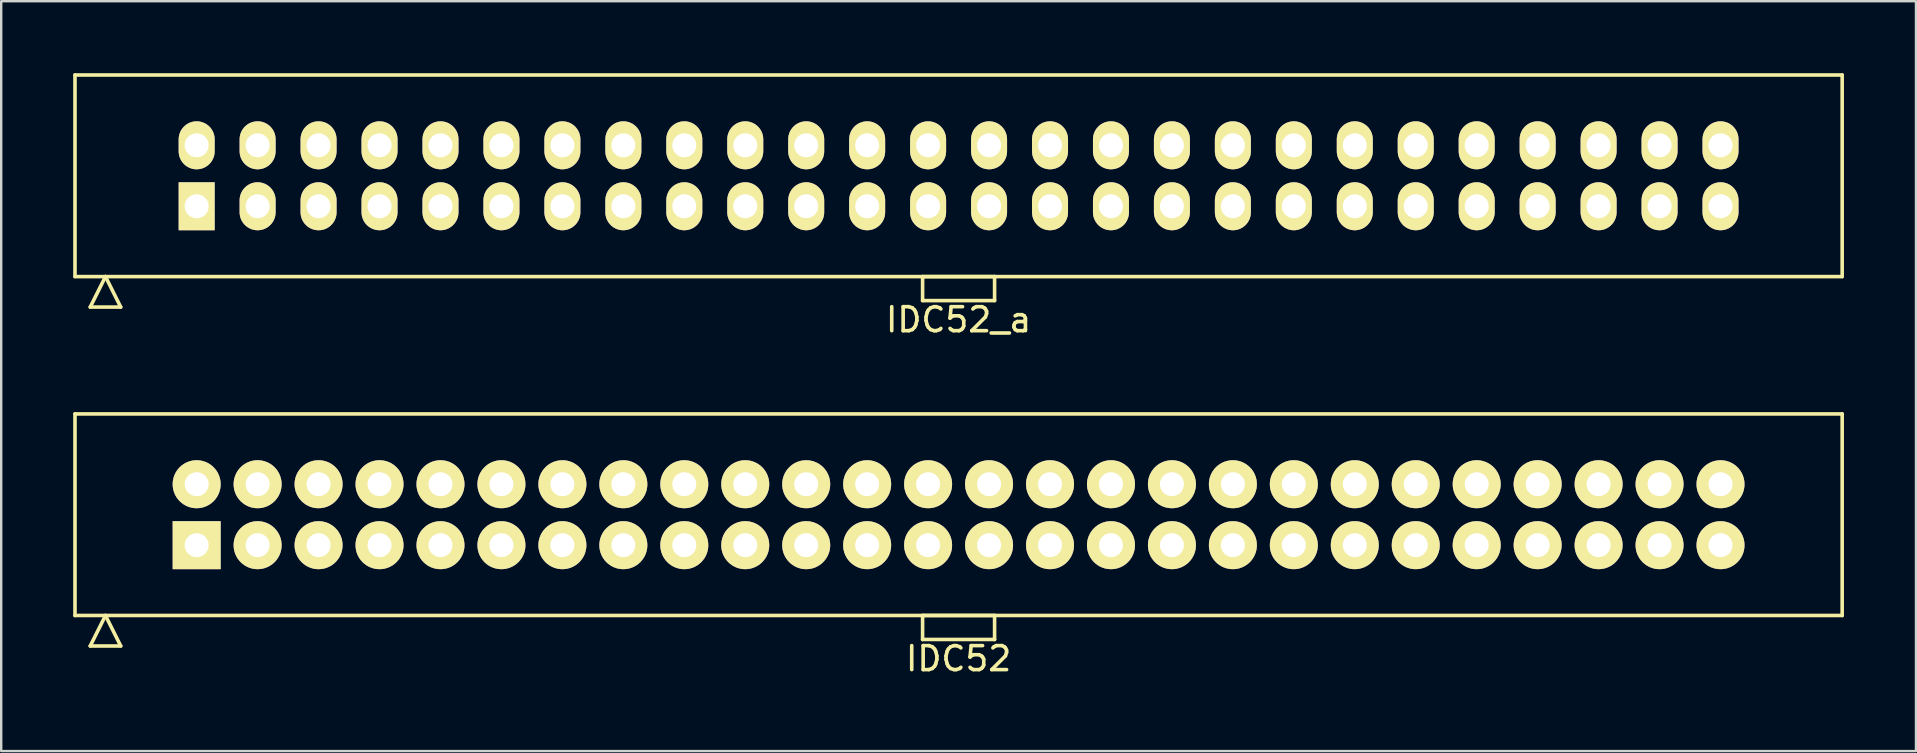
<source format=kicad_pcb>
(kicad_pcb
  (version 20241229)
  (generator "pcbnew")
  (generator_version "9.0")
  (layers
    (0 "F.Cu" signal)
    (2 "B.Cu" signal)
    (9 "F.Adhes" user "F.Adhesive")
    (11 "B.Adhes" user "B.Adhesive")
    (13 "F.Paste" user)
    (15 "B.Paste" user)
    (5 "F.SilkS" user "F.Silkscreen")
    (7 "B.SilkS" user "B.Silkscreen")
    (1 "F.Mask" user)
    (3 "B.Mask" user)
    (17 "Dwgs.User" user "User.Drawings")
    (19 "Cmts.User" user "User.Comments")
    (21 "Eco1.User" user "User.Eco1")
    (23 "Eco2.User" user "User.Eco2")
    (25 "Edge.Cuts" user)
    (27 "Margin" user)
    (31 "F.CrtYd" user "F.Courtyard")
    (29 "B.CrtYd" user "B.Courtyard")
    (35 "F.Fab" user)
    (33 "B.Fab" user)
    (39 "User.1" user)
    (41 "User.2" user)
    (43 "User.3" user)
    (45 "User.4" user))
  (footprint "IDC52"
    (layer "F.Cu")
    (at 36.895 18.398)
    (property "Reference" "IDC52" (at 0 6 0) (layer "F.SilkS") (effects (font (size 1 1) (thickness 0.15))))
    (attr through_hole)
    (fp_line (start -36.82 -4.2) (end -36.82 4.2) (stroke (width 0.15) (type solid)) (layer "F.SilkS"))
    (fp_line (start -36.82 4.2) (end 36.82 4.2) (stroke (width 0.15) (type solid)) (layer "F.SilkS"))
    (fp_line (start -36.185 5.47) (end -35.55 4.2) (stroke (width 0.15) (type solid)) (layer "F.SilkS"))
    (fp_line (start -36.185 5.47) (end -34.915 5.47) (stroke (width 0.15) (type solid)) (layer "F.SilkS"))
    (fp_line (start -34.915 5.47) (end -35.55 4.2) (stroke (width 0.15) (type solid)) (layer "F.SilkS"))
    (fp_line (start -1.5 4.2) (end -1.5 5.2) (stroke (width 0.15) (type solid)) (layer "F.SilkS"))
    (fp_line (start -1.5 5.2) (end 1.5 5.2) (stroke (width 0.15) (type solid)) (layer "F.SilkS"))
    (fp_line (start 1.5 4.2) (end -1.5 4.2) (stroke (width 0.15) (type solid)) (layer "F.SilkS"))
    (fp_line (start 1.5 5.2) (end 1.5 4.2) (stroke (width 0.15) (type solid)) (layer "F.SilkS"))
    (fp_line (start 36.82 -4.2) (end -36.82 -4.2) (stroke (width 0.15) (type solid)) (layer "F.SilkS"))
    (fp_line (start 36.82 4.2) (end 36.82 -4.2) (stroke (width 0.15) (type solid)) (layer "F.SilkS"))
    (pad "1" thru_hole rect (at -31.75 1.27) (size 2 2) (drill 1) (layers "*.Cu" "*.Mask" "F.SilkS"))
    (pad "2" thru_hole oval (at -31.75 -1.27) (size 2 2) (drill 1) (layers "*.Cu" "*.Mask" "F.SilkS"))
    (pad "3" thru_hole oval (at -29.21 1.27) (size 2 2) (drill 1) (layers "*.Cu" "*.Mask" "F.SilkS"))
    (pad "4" thru_hole oval (at -29.21 -1.27) (size 2 2) (drill 1) (layers "*.Cu" "*.Mask" "F.SilkS"))
    (pad "5" thru_hole oval (at -26.67 1.27) (size 2 2) (drill 1) (layers "*.Cu" "*.Mask" "F.SilkS"))
    (pad "6" thru_hole oval (at -26.67 -1.27) (size 2 2) (drill 1) (layers "*.Cu" "*.Mask" "F.SilkS"))
    (pad "7" thru_hole oval (at -24.13 1.27) (size 2 2) (drill 1) (layers "*.Cu" "*.Mask" "F.SilkS"))
    (pad "8" thru_hole oval (at -24.13 -1.27) (size 2 2) (drill 1) (layers "*.Cu" "*.Mask" "F.SilkS"))
    (pad "9" thru_hole oval (at -21.59 1.27) (size 2 2) (drill 1) (layers "*.Cu" "*.Mask" "F.SilkS"))
    (pad "10" thru_hole oval (at -21.59 -1.27) (size 2 2) (drill 1) (layers "*.Cu" "*.Mask" "F.SilkS"))
    (pad "11" thru_hole oval (at -19.05 1.27) (size 2 2) (drill 1) (layers "*.Cu" "*.Mask" "F.SilkS"))
    (pad "12" thru_hole oval (at -19.05 -1.27) (size 2 2) (drill 1) (layers "*.Cu" "*.Mask" "F.SilkS"))
    (pad "13" thru_hole oval (at -16.51 1.27) (size 2 2) (drill 1) (layers "*.Cu" "*.Mask" "F.SilkS"))
    (pad "14" thru_hole oval (at -16.51 -1.27) (size 2 2) (drill 1) (layers "*.Cu" "*.Mask" "F.SilkS"))
    (pad "15" thru_hole oval (at -13.97 1.27) (size 2 2) (drill 1) (layers "*.Cu" "*.Mask" "F.SilkS"))
    (pad "16" thru_hole oval (at -13.97 -1.27) (size 2 2) (drill 1) (layers "*.Cu" "*.Mask" "F.SilkS"))
    (pad "17" thru_hole oval (at -11.43 1.27) (size 2 2) (drill 1) (layers "*.Cu" "*.Mask" "F.SilkS"))
    (pad "18" thru_hole oval (at -11.43 -1.27) (size 2 2) (drill 1) (layers "*.Cu" "*.Mask" "F.SilkS"))
    (pad "19" thru_hole oval (at -8.89 1.27) (size 2 2) (drill 1) (layers "*.Cu" "*.Mask" "F.SilkS"))
    (pad "20" thru_hole oval (at -8.89 -1.27) (size 2 2) (drill 1) (layers "*.Cu" "*.Mask" "F.SilkS"))
    (pad "21" thru_hole oval (at -6.35 1.27) (size 2 2) (drill 1) (layers "*.Cu" "*.Mask" "F.SilkS"))
    (pad "22" thru_hole oval (at -6.35 -1.27) (size 2 2) (drill 1) (layers "*.Cu" "*.Mask" "F.SilkS"))
    (pad "23" thru_hole oval (at -3.81 1.27) (size 2 2) (drill 1) (layers "*.Cu" "*.Mask" "F.SilkS"))
    (pad "24" thru_hole oval (at -3.81 -1.27) (size 2 2) (drill 1) (layers "*.Cu" "*.Mask" "F.SilkS"))
    (pad "25" thru_hole oval (at -1.27 1.27) (size 2 2) (drill 1) (layers "*.Cu" "*.Mask" "F.SilkS"))
    (pad "26" thru_hole oval (at -1.27 -1.27) (size 2 2) (drill 1) (layers "*.Cu" "*.Mask" "F.SilkS"))
    (pad "27" thru_hole oval (at 1.27 1.27) (size 2 2) (drill 1) (layers "*.Cu" "*.Mask" "F.SilkS"))
    (pad "28" thru_hole oval (at 1.27 -1.27) (size 2 2) (drill 1) (layers "*.Cu" "*.Mask" "F.SilkS"))
    (pad "29" thru_hole oval (at 3.81 1.27) (size 2 2) (drill 1) (layers "*.Cu" "*.Mask" "F.SilkS"))
    (pad "30" thru_hole oval (at 3.81 -1.27) (size 2 2) (drill 1) (layers "*.Cu" "*.Mask" "F.SilkS"))
    (pad "31" thru_hole oval (at 6.35 1.27) (size 2 2) (drill 1) (layers "*.Cu" "*.Mask" "F.SilkS"))
    (pad "32" thru_hole oval (at 6.35 -1.27) (size 2 2) (drill 1) (layers "*.Cu" "*.Mask" "F.SilkS"))
    (pad "33" thru_hole oval (at 8.89 1.27) (size 2 2) (drill 1) (layers "*.Cu" "*.Mask" "F.SilkS"))
    (pad "34" thru_hole oval (at 8.89 -1.27) (size 2 2) (drill 1) (layers "*.Cu" "*.Mask" "F.SilkS"))
    (pad "35" thru_hole oval (at 11.43 1.27) (size 2 2) (drill 1) (layers "*.Cu" "*.Mask" "F.SilkS"))
    (pad "36" thru_hole oval (at 11.43 -1.27) (size 2 2) (drill 1) (layers "*.Cu" "*.Mask" "F.SilkS"))
    (pad "37" thru_hole oval (at 13.97 1.27) (size 2 2) (drill 1) (layers "*.Cu" "*.Mask" "F.SilkS"))
    (pad "38" thru_hole oval (at 13.97 -1.27) (size 2 2) (drill 1) (layers "*.Cu" "*.Mask" "F.SilkS"))
    (pad "39" thru_hole oval (at 16.51 1.27) (size 2 2) (drill 1) (layers "*.Cu" "*.Mask" "F.SilkS"))
    (pad "40" thru_hole oval (at 16.51 -1.27) (size 2 2) (drill 1) (layers "*.Cu" "*.Mask" "F.SilkS"))
    (pad "41" thru_hole oval (at 19.05 1.27) (size 2 2) (drill 1) (layers "*.Cu" "*.Mask" "F.SilkS"))
    (pad "42" thru_hole oval (at 19.05 -1.27) (size 2 2) (drill 1) (layers "*.Cu" "*.Mask" "F.SilkS"))
    (pad "43" thru_hole oval (at 21.59 1.27) (size 2 2) (drill 1) (layers "*.Cu" "*.Mask" "F.SilkS"))
    (pad "44" thru_hole oval (at 21.59 -1.27) (size 2 2) (drill 1) (layers "*.Cu" "*.Mask" "F.SilkS"))
    (pad "45" thru_hole oval (at 24.13 1.27) (size 2 2) (drill 1) (layers "*.Cu" "*.Mask" "F.SilkS"))
    (pad "46" thru_hole oval (at 24.13 -1.27) (size 2 2) (drill 1) (layers "*.Cu" "*.Mask" "F.SilkS"))
    (pad "47" thru_hole oval (at 26.67 1.27) (size 2 2) (drill 1) (layers "*.Cu" "*.Mask" "F.SilkS"))
    (pad "48" thru_hole oval (at 26.67 -1.27) (size 2 2) (drill 1) (layers "*.Cu" "*.Mask" "F.SilkS"))
    (pad "49" thru_hole oval (at 29.21 1.27) (size 2 2) (drill 1) (layers "*.Cu" "*.Mask" "F.SilkS"))
    (pad "50" thru_hole oval (at 29.21 -1.27) (size 2 2) (drill 1) (layers "*.Cu" "*.Mask" "F.SilkS"))
    (pad "51" thru_hole oval (at 31.75 1.27) (size 2 2) (drill 1) (layers "*.Cu" "*.Mask" "F.SilkS"))
    (pad "52" thru_hole oval (at 31.75 -1.27) (size 2 2) (drill 1) (layers "*.Cu" "*.Mask" "F.SilkS")))
  (footprint "IDC52_a"
    (layer "F.Cu")
    (at 36.895 4.275)
    (property "Reference" "IDC52_a" (at 0 6 0) (layer "F.SilkS") (effects (font (size 1 1) (thickness 0.15))))
    (attr through_hole)
    (fp_line (start -36.82 -4.2) (end -36.82 4.2) (stroke (width 0.15) (type solid)) (layer "F.SilkS"))
    (fp_line (start -36.82 4.2) (end 36.82 4.2) (stroke (width 0.15) (type solid)) (layer "F.SilkS"))
    (fp_line (start -36.185 5.47) (end -35.55 4.2) (stroke (width 0.15) (type solid)) (layer "F.SilkS"))
    (fp_line (start -36.185 5.47) (end -34.915 5.47) (stroke (width 0.15) (type solid)) (layer "F.SilkS"))
    (fp_line (start -34.915 5.47) (end -35.55 4.2) (stroke (width 0.15) (type solid)) (layer "F.SilkS"))
    (fp_line (start -1.5 4.2) (end -1.5 5.2) (stroke (width 0.15) (type solid)) (layer "F.SilkS"))
    (fp_line (start -1.5 5.2) (end 1.5 5.2) (stroke (width 0.15) (type solid)) (layer "F.SilkS"))
    (fp_line (start 1.5 4.2) (end -1.5 4.2) (stroke (width 0.15) (type solid)) (layer "F.SilkS"))
    (fp_line (start 1.5 5.2) (end 1.5 4.2) (stroke (width 0.15) (type solid)) (layer "F.SilkS"))
    (fp_line (start 36.82 -4.2) (end -36.82 -4.2) (stroke (width 0.15) (type solid)) (layer "F.SilkS"))
    (fp_line (start 36.82 4.2) (end 36.82 -4.2) (stroke (width 0.15) (type solid)) (layer "F.SilkS"))
    (pad "1" thru_hole rect (at -31.75 1.27) (size 1.5 2) (drill 1) (layers "*.Cu" "*.Mask" "F.SilkS"))
    (pad "2" thru_hole oval (at -31.75 -1.27) (size 1.5 2) (drill 1) (layers "*.Cu" "*.Mask" "F.SilkS"))
    (pad "3" thru_hole oval (at -29.21 1.27) (size 1.5 2) (drill 1) (layers "*.Cu" "*.Mask" "F.SilkS"))
    (pad "4" thru_hole oval (at -29.21 -1.27) (size 1.5 2) (drill 1) (layers "*.Cu" "*.Mask" "F.SilkS"))
    (pad "5" thru_hole oval (at -26.67 1.27) (size 1.5 2) (drill 1) (layers "*.Cu" "*.Mask" "F.SilkS"))
    (pad "6" thru_hole oval (at -26.67 -1.27) (size 1.5 2) (drill 1) (layers "*.Cu" "*.Mask" "F.SilkS"))
    (pad "7" thru_hole oval (at -24.13 1.27) (size 1.5 2) (drill 1) (layers "*.Cu" "*.Mask" "F.SilkS"))
    (pad "8" thru_hole oval (at -24.13 -1.27) (size 1.5 2) (drill 1) (layers "*.Cu" "*.Mask" "F.SilkS"))
    (pad "9" thru_hole oval (at -21.59 1.27) (size 1.5 2) (drill 1) (layers "*.Cu" "*.Mask" "F.SilkS"))
    (pad "10" thru_hole oval (at -21.59 -1.27) (size 1.5 2) (drill 1) (layers "*.Cu" "*.Mask" "F.SilkS"))
    (pad "11" thru_hole oval (at -19.05 1.27) (size 1.5 2) (drill 1) (layers "*.Cu" "*.Mask" "F.SilkS"))
    (pad "12" thru_hole oval (at -19.05 -1.27) (size 1.5 2) (drill 1) (layers "*.Cu" "*.Mask" "F.SilkS"))
    (pad "13" thru_hole oval (at -16.51 1.27) (size 1.5 2) (drill 1) (layers "*.Cu" "*.Mask" "F.SilkS"))
    (pad "14" thru_hole oval (at -16.51 -1.27) (size 1.5 2) (drill 1) (layers "*.Cu" "*.Mask" "F.SilkS"))
    (pad "15" thru_hole oval (at -13.97 1.27) (size 1.5 2) (drill 1) (layers "*.Cu" "*.Mask" "F.SilkS"))
    (pad "16" thru_hole oval (at -13.97 -1.27) (size 1.5 2) (drill 1) (layers "*.Cu" "*.Mask" "F.SilkS"))
    (pad "17" thru_hole oval (at -11.43 1.27) (size 1.5 2) (drill 1) (layers "*.Cu" "*.Mask" "F.SilkS"))
    (pad "18" thru_hole oval (at -11.43 -1.27) (size 1.5 2) (drill 1) (layers "*.Cu" "*.Mask" "F.SilkS"))
    (pad "19" thru_hole oval (at -8.89 1.27) (size 1.5 2) (drill 1) (layers "*.Cu" "*.Mask" "F.SilkS"))
    (pad "20" thru_hole oval (at -8.89 -1.27) (size 1.5 2) (drill 1) (layers "*.Cu" "*.Mask" "F.SilkS"))
    (pad "21" thru_hole oval (at -6.35 1.27) (size 1.5 2) (drill 1) (layers "*.Cu" "*.Mask" "F.SilkS"))
    (pad "22" thru_hole oval (at -6.35 -1.27) (size 1.5 2) (drill 1) (layers "*.Cu" "*.Mask" "F.SilkS"))
    (pad "23" thru_hole oval (at -3.81 1.27) (size 1.5 2) (drill 1) (layers "*.Cu" "*.Mask" "F.SilkS"))
    (pad "24" thru_hole oval (at -3.81 -1.27) (size 1.5 2) (drill 1) (layers "*.Cu" "*.Mask" "F.SilkS"))
    (pad "25" thru_hole oval (at -1.27 1.27) (size 1.5 2) (drill 1) (layers "*.Cu" "*.Mask" "F.SilkS"))
    (pad "26" thru_hole oval (at -1.27 -1.27) (size 1.5 2) (drill 1) (layers "*.Cu" "*.Mask" "F.SilkS"))
    (pad "27" thru_hole oval (at 1.27 1.27) (size 1.5 2) (drill 1) (layers "*.Cu" "*.Mask" "F.SilkS"))
    (pad "28" thru_hole oval (at 1.27 -1.27) (size 1.5 2) (drill 1) (layers "*.Cu" "*.Mask" "F.SilkS"))
    (pad "29" thru_hole oval (at 3.81 1.27) (size 1.5 2) (drill 1) (layers "*.Cu" "*.Mask" "F.SilkS"))
    (pad "30" thru_hole oval (at 3.81 -1.27) (size 1.5 2) (drill 1) (layers "*.Cu" "*.Mask" "F.SilkS"))
    (pad "31" thru_hole oval (at 6.35 1.27) (size 1.5 2) (drill 1) (layers "*.Cu" "*.Mask" "F.SilkS"))
    (pad "32" thru_hole oval (at 6.35 -1.27) (size 1.5 2) (drill 1) (layers "*.Cu" "*.Mask" "F.SilkS"))
    (pad "33" thru_hole oval (at 8.89 1.27) (size 1.5 2) (drill 1) (layers "*.Cu" "*.Mask" "F.SilkS"))
    (pad "34" thru_hole oval (at 8.89 -1.27) (size 1.5 2) (drill 1) (layers "*.Cu" "*.Mask" "F.SilkS"))
    (pad "35" thru_hole oval (at 11.43 1.27) (size 1.5 2) (drill 1) (layers "*.Cu" "*.Mask" "F.SilkS"))
    (pad "36" thru_hole oval (at 11.43 -1.27) (size 1.5 2) (drill 1) (layers "*.Cu" "*.Mask" "F.SilkS"))
    (pad "37" thru_hole oval (at 13.97 1.27) (size 1.5 2) (drill 1) (layers "*.Cu" "*.Mask" "F.SilkS"))
    (pad "38" thru_hole oval (at 13.97 -1.27) (size 1.5 2) (drill 1) (layers "*.Cu" "*.Mask" "F.SilkS"))
    (pad "39" thru_hole oval (at 16.51 1.27) (size 1.5 2) (drill 1) (layers "*.Cu" "*.Mask" "F.SilkS"))
    (pad "40" thru_hole oval (at 16.51 -1.27) (size 1.5 2) (drill 1) (layers "*.Cu" "*.Mask" "F.SilkS"))
    (pad "41" thru_hole oval (at 19.05 1.27) (size 1.5 2) (drill 1) (layers "*.Cu" "*.Mask" "F.SilkS"))
    (pad "42" thru_hole oval (at 19.05 -1.27) (size 1.5 2) (drill 1) (layers "*.Cu" "*.Mask" "F.SilkS"))
    (pad "43" thru_hole oval (at 21.59 1.27) (size 1.5 2) (drill 1) (layers "*.Cu" "*.Mask" "F.SilkS"))
    (pad "44" thru_hole oval (at 21.59 -1.27) (size 1.5 2) (drill 1) (layers "*.Cu" "*.Mask" "F.SilkS"))
    (pad "45" thru_hole oval (at 24.13 1.27) (size 1.5 2) (drill 1) (layers "*.Cu" "*.Mask" "F.SilkS"))
    (pad "46" thru_hole oval (at 24.13 -1.27) (size 1.5 2) (drill 1) (layers "*.Cu" "*.Mask" "F.SilkS"))
    (pad "47" thru_hole oval (at 26.67 1.27) (size 1.5 2) (drill 1) (layers "*.Cu" "*.Mask" "F.SilkS"))
    (pad "48" thru_hole oval (at 26.67 -1.27) (size 1.5 2) (drill 1) (layers "*.Cu" "*.Mask" "F.SilkS"))
    (pad "49" thru_hole oval (at 29.21 1.27) (size 1.5 2) (drill 1) (layers "*.Cu" "*.Mask" "F.SilkS"))
    (pad "50" thru_hole oval (at 29.21 -1.27) (size 1.5 2) (drill 1) (layers "*.Cu" "*.Mask" "F.SilkS"))
    (pad "51" thru_hole oval (at 31.75 1.27) (size 1.5 2) (drill 1) (layers "*.Cu" "*.Mask" "F.SilkS"))
    (pad "52" thru_hole oval (at 31.75 -1.27) (size 1.5 2) (drill 1) (layers "*.Cu" "*.Mask" "F.SilkS")))
  (gr_rect
    (start -3 -3)
    (end 76.79 28.247)
    (stroke (width 0.1) (type default))
    (fill no)
    (layer "Edge.Cuts")))
</source>
